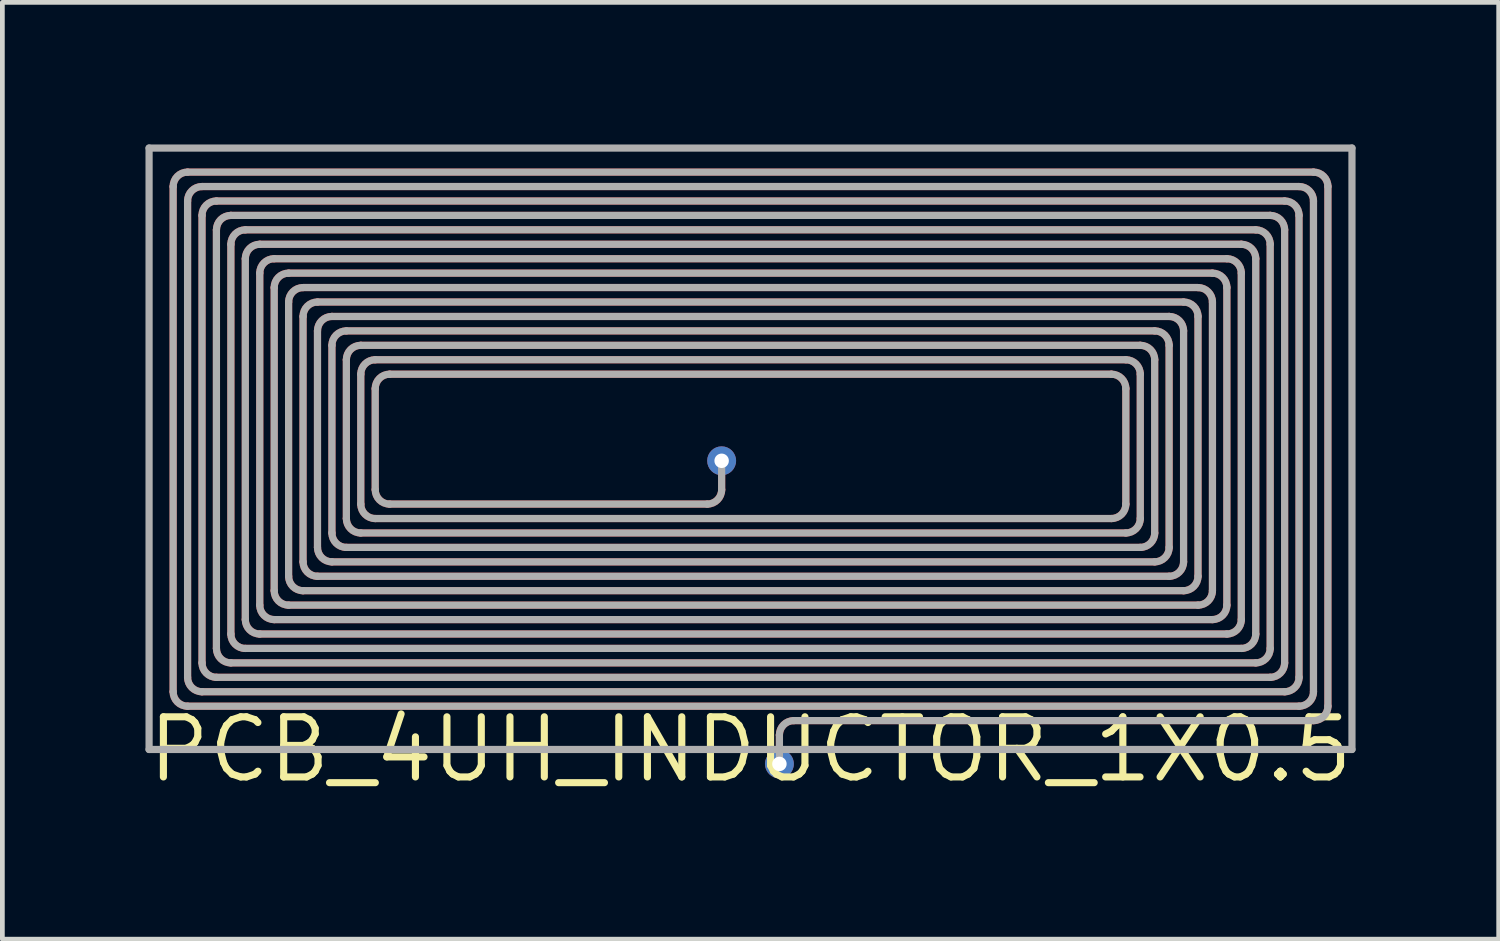
<source format=kicad_pcb>
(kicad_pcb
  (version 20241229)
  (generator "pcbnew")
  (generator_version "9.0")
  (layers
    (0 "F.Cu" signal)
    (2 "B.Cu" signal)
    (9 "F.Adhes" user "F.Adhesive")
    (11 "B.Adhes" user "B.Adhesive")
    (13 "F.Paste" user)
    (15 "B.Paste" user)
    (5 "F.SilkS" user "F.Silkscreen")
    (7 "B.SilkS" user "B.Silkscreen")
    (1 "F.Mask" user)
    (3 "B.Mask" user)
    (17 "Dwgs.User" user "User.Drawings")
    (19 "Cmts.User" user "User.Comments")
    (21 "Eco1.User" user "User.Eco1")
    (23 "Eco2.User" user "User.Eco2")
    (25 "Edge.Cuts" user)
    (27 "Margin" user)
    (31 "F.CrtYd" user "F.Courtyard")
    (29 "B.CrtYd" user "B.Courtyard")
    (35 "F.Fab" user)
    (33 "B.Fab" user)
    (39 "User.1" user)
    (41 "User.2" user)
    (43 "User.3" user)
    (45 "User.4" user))
  (footprint "PCB_4UH_INDUCTOR_1X0.5"
    (layer "F.Cu")
    (at 12.798 12.776)
    (property "Reference" "PCB_4UH_INDUCTOR_1X0.5" (at 0 0 0) (layer "F.SilkS") (effects (font (size 1.27 1.27) (thickness 0.15))))
    (fp_line (start -12.192 -1.219) (end -12.192 -11.887) (stroke (width 0.152) (type solid)) (layer "F.Cu"))
    (fp_line (start -11.887 -12.192) (end 11.887 -12.192) (stroke (width 0.152) (type solid)) (layer "F.Cu"))
    (fp_line (start -11.887 -1.524) (end -11.887 -11.582) (stroke (width 0.152) (type solid)) (layer "F.Cu"))
    (fp_line (start -11.582 -11.887) (end 11.582 -11.887) (stroke (width 0.152) (type solid)) (layer "F.Cu"))
    (fp_line (start -11.582 -11.278) (end -11.582 -1.829) (stroke (width 0.152) (type solid)) (layer "F.Cu"))
    (fp_line (start -11.582 -1.219) (end 11.278 -1.219) (stroke (width 0.152) (type solid)) (layer "F.Cu"))
    (fp_line (start -11.278 -10.973) (end -11.278 -2.134) (stroke (width 0.152) (type solid)) (layer "F.Cu"))
    (fp_line (start -11.278 -1.524) (end 10.973 -1.524) (stroke (width 0.152) (type solid)) (layer "F.Cu"))
    (fp_line (start -10.973 -10.668) (end -10.973 -2.438) (stroke (width 0.152) (type solid)) (layer "F.Cu"))
    (fp_line (start -10.973 -1.829) (end 10.668 -1.829) (stroke (width 0.152) (type solid)) (layer "F.Cu"))
    (fp_line (start -10.668 -10.363) (end -10.668 -2.743) (stroke (width 0.152) (type solid)) (layer "F.Cu"))
    (fp_line (start -10.668 -2.134) (end 10.363 -2.134) (stroke (width 0.152) (type solid)) (layer "F.Cu"))
    (fp_line (start -10.363 -10.058) (end -10.363 -3.048) (stroke (width 0.152) (type solid)) (layer "F.Cu"))
    (fp_line (start -10.363 -2.438) (end 10.058 -2.438) (stroke (width 0.152) (type solid)) (layer "F.Cu"))
    (fp_line (start -10.058 -9.754) (end -10.058 -3.353) (stroke (width 0.152) (type solid)) (layer "F.Cu"))
    (fp_line (start -10.058 -2.743) (end 9.754 -2.743) (stroke (width 0.152) (type solid)) (layer "F.Cu"))
    (fp_line (start -9.754 -9.449) (end -9.754 -3.658) (stroke (width 0.152) (type solid)) (layer "F.Cu"))
    (fp_line (start -9.754 -3.048) (end 9.449 -3.048) (stroke (width 0.152) (type solid)) (layer "F.Cu"))
    (fp_line (start -9.449 -9.144) (end -9.449 -3.962) (stroke (width 0.152) (type solid)) (layer "F.Cu"))
    (fp_line (start -9.449 -3.353) (end 9.144 -3.353) (stroke (width 0.152) (type solid)) (layer "F.Cu"))
    (fp_line (start -9.144 -8.839) (end -9.144 -4.267) (stroke (width 0.152) (type solid)) (layer "F.Cu"))
    (fp_line (start -9.144 -3.658) (end 8.839 -3.658) (stroke (width 0.152) (type solid)) (layer "F.Cu"))
    (fp_line (start -8.839 -8.534) (end -8.839 -4.572) (stroke (width 0.152) (type solid)) (layer "F.Cu"))
    (fp_line (start -8.839 -3.962) (end 8.534 -3.962) (stroke (width 0.152) (type solid)) (layer "F.Cu"))
    (fp_line (start -8.534 -8.23) (end -8.534 -4.877) (stroke (width 0.152) (type solid)) (layer "F.Cu"))
    (fp_line (start -8.534 -4.267) (end 8.23 -4.267) (stroke (width 0.152) (type solid)) (layer "F.Cu"))
    (fp_line (start -8.23 -7.925) (end -8.23 -5.182) (stroke (width 0.152) (type solid)) (layer "F.Cu"))
    (fp_line (start -8.23 -4.572) (end 7.925 -4.572) (stroke (width 0.152) (type solid)) (layer "F.Cu"))
    (fp_line (start -7.925 -7.62) (end -7.925 -5.486) (stroke (width 0.152) (type solid)) (layer "F.Cu"))
    (fp_line (start -7.925 -4.877) (end 7.62 -4.877) (stroke (width 0.152) (type solid)) (layer "F.Cu"))
    (fp_line (start -7.62 -5.182) (end -0.914 -5.182) (stroke (width 0.152) (type solid)) (layer "F.Cu"))
    (fp_line (start -0.61 -5.486) (end -0.61 -6.096) (stroke (width 0.152) (type solid)) (layer "F.Cu"))
    (fp_line (start 0.61 0.305) (end 0.61 -0.305) (stroke (width 0.152) (type solid)) (layer "F.Cu"))
    (fp_line (start 7.62 -7.925) (end -7.62 -7.925) (stroke (width 0.152) (type solid)) (layer "F.Cu"))
    (fp_line (start 7.925 -8.23) (end -7.925 -8.23) (stroke (width 0.152) (type solid)) (layer "F.Cu"))
    (fp_line (start 7.925 -5.182) (end 7.925 -7.62) (stroke (width 0.152) (type solid)) (layer "F.Cu"))
    (fp_line (start 8.23 -8.534) (end -8.23 -8.534) (stroke (width 0.152) (type solid)) (layer "F.Cu"))
    (fp_line (start 8.23 -4.877) (end 8.23 -7.925) (stroke (width 0.152) (type solid)) (layer "F.Cu"))
    (fp_line (start 8.534 -8.839) (end -8.534 -8.839) (stroke (width 0.152) (type solid)) (layer "F.Cu"))
    (fp_line (start 8.534 -4.572) (end 8.534 -8.23) (stroke (width 0.152) (type solid)) (layer "F.Cu"))
    (fp_line (start 8.839 -9.144) (end -8.839 -9.144) (stroke (width 0.152) (type solid)) (layer "F.Cu"))
    (fp_line (start 8.839 -4.267) (end 8.839 -8.534) (stroke (width 0.152) (type solid)) (layer "F.Cu"))
    (fp_line (start 9.144 -9.449) (end -9.144 -9.449) (stroke (width 0.152) (type solid)) (layer "F.Cu"))
    (fp_line (start 9.144 -3.962) (end 9.144 -8.839) (stroke (width 0.152) (type solid)) (layer "F.Cu"))
    (fp_line (start 9.449 -9.754) (end -9.449 -9.754) (stroke (width 0.152) (type solid)) (layer "F.Cu"))
    (fp_line (start 9.449 -3.658) (end 9.449 -9.144) (stroke (width 0.152) (type solid)) (layer "F.Cu"))
    (fp_line (start 9.754 -10.058) (end -9.754 -10.058) (stroke (width 0.152) (type solid)) (layer "F.Cu"))
    (fp_line (start 9.754 -3.353) (end 9.754 -9.449) (stroke (width 0.152) (type solid)) (layer "F.Cu"))
    (fp_line (start 10.058 -10.363) (end -10.058 -10.363) (stroke (width 0.152) (type solid)) (layer "F.Cu"))
    (fp_line (start 10.058 -3.048) (end 10.058 -9.754) (stroke (width 0.152) (type solid)) (layer "F.Cu"))
    (fp_line (start 10.363 -10.668) (end -10.363 -10.668) (stroke (width 0.152) (type solid)) (layer "F.Cu"))
    (fp_line (start 10.363 -2.743) (end 10.363 -10.058) (stroke (width 0.152) (type solid)) (layer "F.Cu"))
    (fp_line (start 10.668 -10.973) (end -10.668 -10.973) (stroke (width 0.152) (type solid)) (layer "F.Cu"))
    (fp_line (start 10.668 -2.438) (end 10.668 -10.363) (stroke (width 0.152) (type solid)) (layer "F.Cu"))
    (fp_line (start 10.973 -11.278) (end -10.973 -11.278) (stroke (width 0.152) (type solid)) (layer "F.Cu"))
    (fp_line (start 10.973 -2.134) (end 10.973 -10.668) (stroke (width 0.152) (type solid)) (layer "F.Cu"))
    (fp_line (start 11.278 -11.582) (end -11.278 -11.582) (stroke (width 0.152) (type solid)) (layer "F.Cu"))
    (fp_line (start 11.278 -1.829) (end 11.278 -10.973) (stroke (width 0.152) (type solid)) (layer "F.Cu"))
    (fp_line (start 11.582 -1.524) (end 11.582 -11.278) (stroke (width 0.152) (type solid)) (layer "F.Cu"))
    (fp_line (start 11.582 -0.914) (end -11.887 -0.914) (stroke (width 0.152) (type solid)) (layer "F.Cu"))
    (fp_line (start 11.887 -11.582) (end 11.887 -1.219) (stroke (width 0.152) (type solid)) (layer "F.Cu"))
    (fp_line (start 11.887 -0.61) (end 0.914 -0.61) (stroke (width 0.152) (type solid)) (layer "F.Cu"))
    (fp_line (start 12.192 -11.887) (end 12.192 -0.914) (stroke (width 0.152) (type solid)) (layer "F.Cu"))
    (fp_arc (start -12.192 -11.8872) (mid -12.102726 -12.102726) (end -11.8872 -12.192) (stroke (width 0.1524) (type solid)) (layer "F.Cu"))
    (fp_arc (start -11.8872 -11.5824) (mid -11.797926 -11.797926) (end -11.5824 -11.8872) (stroke (width 0.1524) (type solid)) (layer "F.Cu"))
    (fp_arc (start -11.8872 -0.9144) (mid -12.102726 -1.003674) (end -12.192 -1.2192) (stroke (width 0.1524) (type solid)) (layer "F.Cu"))
    (fp_arc (start -11.5824 -11.2776) (mid -11.493126 -11.493126) (end -11.2776 -11.5824) (stroke (width 0.1524) (type solid)) (layer "F.Cu"))
    (fp_arc (start -11.5824 -1.2192) (mid -11.797926 -1.308474) (end -11.8872 -1.524) (stroke (width 0.1524) (type solid)) (layer "F.Cu"))
    (fp_arc (start -11.2776 -10.9728) (mid -11.188326 -11.188326) (end -10.9728 -11.2776) (stroke (width 0.1524) (type solid)) (layer "F.Cu"))
    (fp_arc (start -11.2776 -1.524) (mid -11.493126 -1.613274) (end -11.5824 -1.8288) (stroke (width 0.1524) (type solid)) (layer "F.Cu"))
    (fp_arc (start -10.9728 -10.668) (mid -10.883526 -10.883526) (end -10.668 -10.9728) (stroke (width 0.1524) (type solid)) (layer "F.Cu"))
    (fp_arc (start -10.9728 -1.8288) (mid -11.188326 -1.918074) (end -11.2776 -2.1336) (stroke (width 0.1524) (type solid)) (layer "F.Cu"))
    (fp_arc (start -10.668 -10.3632) (mid -10.578726 -10.578726) (end -10.3632 -10.668) (stroke (width 0.1524) (type solid)) (layer "F.Cu"))
    (fp_arc (start -10.668 -2.1336) (mid -10.883526 -2.222874) (end -10.9728 -2.4384) (stroke (width 0.1524) (type solid)) (layer "F.Cu"))
    (fp_arc (start -10.3632 -10.0584) (mid -10.273926 -10.273926) (end -10.0584 -10.3632) (stroke (width 0.1524) (type solid)) (layer "F.Cu"))
    (fp_arc (start -10.3632 -2.4384) (mid -10.578726 -2.527674) (end -10.668 -2.7432) (stroke (width 0.1524) (type solid)) (layer "F.Cu"))
    (fp_arc (start -10.0584 -9.7536) (mid -9.969126 -9.969126) (end -9.7536 -10.0584) (stroke (width 0.1524) (type solid)) (layer "F.Cu"))
    (fp_arc (start -10.0584 -2.7432) (mid -10.273926 -2.832474) (end -10.3632 -3.048) (stroke (width 0.1524) (type solid)) (layer "F.Cu"))
    (fp_arc (start -9.7536 -9.4488) (mid -9.664326 -9.664326) (end -9.4488 -9.7536) (stroke (width 0.1524) (type solid)) (layer "F.Cu"))
    (fp_arc (start -9.7536 -3.048) (mid -9.969126 -3.137274) (end -10.0584 -3.3528) (stroke (width 0.1524) (type solid)) (layer "F.Cu"))
    (fp_arc (start -9.4488 -9.144) (mid -9.359526 -9.359526) (end -9.144 -9.4488) (stroke (width 0.1524) (type solid)) (layer "F.Cu"))
    (fp_arc (start -9.4488 -3.3528) (mid -9.664326 -3.442074) (end -9.7536 -3.6576) (stroke (width 0.1524) (type solid)) (layer "F.Cu"))
    (fp_arc (start -9.144 -8.8392) (mid -9.054726 -9.054726) (end -8.8392 -9.144) (stroke (width 0.1524) (type solid)) (layer "F.Cu"))
    (fp_arc (start -9.144 -3.6576) (mid -9.359526 -3.746874) (end -9.4488 -3.9624) (stroke (width 0.1524) (type solid)) (layer "F.Cu"))
    (fp_arc (start -8.8392 -8.5344) (mid -8.749926 -8.749926) (end -8.5344 -8.8392) (stroke (width 0.1524) (type solid)) (layer "F.Cu"))
    (fp_arc (start -8.8392 -3.9624) (mid -9.054726 -4.051674) (end -9.144 -4.2672) (stroke (width 0.1524) (type solid)) (layer "F.Cu"))
    (fp_arc (start -8.5344 -8.2296) (mid -8.445126 -8.445126) (end -8.2296 -8.5344) (stroke (width 0.1524) (type solid)) (layer "F.Cu"))
    (fp_arc (start -8.5344 -4.2672) (mid -8.749926 -4.356474) (end -8.8392 -4.572) (stroke (width 0.1524) (type solid)) (layer "F.Cu"))
    (fp_arc (start -8.2296 -7.9248) (mid -8.140326 -8.140326) (end -7.9248 -8.2296) (stroke (width 0.1524) (type solid)) (layer "F.Cu"))
    (fp_arc (start -8.2296 -4.572) (mid -8.445126 -4.661274) (end -8.5344 -4.8768) (stroke (width 0.1524) (type solid)) (layer "F.Cu"))
    (fp_arc (start -7.9248 -7.62) (mid -7.835526 -7.835526) (end -7.62 -7.9248) (stroke (width 0.1524) (type solid)) (layer "F.Cu"))
    (fp_arc (start -7.9248 -4.8768) (mid -8.140326 -4.966074) (end -8.2296 -5.1816) (stroke (width 0.1524) (type solid)) (layer "F.Cu"))
    (fp_arc (start -7.62 -5.1816) (mid -7.835526 -5.270874) (end -7.9248 -5.4864) (stroke (width 0.1524) (type solid)) (layer "F.Cu"))
    (fp_arc (start -0.6096 -5.4864) (mid -0.698874 -5.270874) (end -0.9144 -5.1816) (stroke (width 0.1524) (type solid)) (layer "F.Cu"))
    (fp_arc (start 0.6096 -0.3048) (mid 0.698874 -0.520326) (end 0.9144 -0.6096) (stroke (width 0.1524) (type solid)) (layer "F.Cu"))
    (fp_arc (start 7.62 -7.9248) (mid 7.835526 -7.835526) (end 7.9248 -7.62) (stroke (width 0.1524) (type solid)) (layer "F.Cu"))
    (fp_arc (start 7.9248 -8.2296) (mid 8.140326 -8.140326) (end 8.2296 -7.9248) (stroke (width 0.1524) (type solid)) (layer "F.Cu"))
    (fp_arc (start 7.9248 -5.1816) (mid 7.835526 -4.966074) (end 7.62 -4.8768) (stroke (width 0.1524) (type solid)) (layer "F.Cu"))
    (fp_arc (start 8.2296 -8.5344) (mid 8.445126 -8.445126) (end 8.5344 -8.2296) (stroke (width 0.1524) (type solid)) (layer "F.Cu"))
    (fp_arc (start 8.2296 -4.8768) (mid 8.140326 -4.661274) (end 7.9248 -4.572) (stroke (width 0.1524) (type solid)) (layer "F.Cu"))
    (fp_arc (start 8.5344 -8.8392) (mid 8.749926 -8.749926) (end 8.8392 -8.5344) (stroke (width 0.1524) (type solid)) (layer "F.Cu"))
    (fp_arc (start 8.5344 -4.572) (mid 8.445126 -4.356474) (end 8.2296 -4.2672) (stroke (width 0.1524) (type solid)) (layer "F.Cu"))
    (fp_arc (start 8.8392 -9.144) (mid 9.054726 -9.054726) (end 9.144 -8.8392) (stroke (width 0.1524) (type solid)) (layer "F.Cu"))
    (fp_arc (start 8.8392 -4.2672) (mid 8.749926 -4.051674) (end 8.5344 -3.9624) (stroke (width 0.1524) (type solid)) (layer "F.Cu"))
    (fp_arc (start 9.144 -9.4488) (mid 9.359526 -9.359526) (end 9.4488 -9.144) (stroke (width 0.1524) (type solid)) (layer "F.Cu"))
    (fp_arc (start 9.144 -3.9624) (mid 9.054726 -3.746874) (end 8.8392 -3.6576) (stroke (width 0.1524) (type solid)) (layer "F.Cu"))
    (fp_arc (start 9.4488 -9.7536) (mid 9.664326 -9.664326) (end 9.7536 -9.4488) (stroke (width 0.1524) (type solid)) (layer "F.Cu"))
    (fp_arc (start 9.4488 -3.6576) (mid 9.359526 -3.442074) (end 9.144 -3.3528) (stroke (width 0.1524) (type solid)) (layer "F.Cu"))
    (fp_arc (start 9.7536 -10.0584) (mid 9.969126 -9.969126) (end 10.0584 -9.7536) (stroke (width 0.1524) (type solid)) (layer "F.Cu"))
    (fp_arc (start 9.7536 -3.3528) (mid 9.664326 -3.137274) (end 9.4488 -3.048) (stroke (width 0.1524) (type solid)) (layer "F.Cu"))
    (fp_arc (start 10.0584 -10.3632) (mid 10.273926 -10.273926) (end 10.3632 -10.0584) (stroke (width 0.1524) (type solid)) (layer "F.Cu"))
    (fp_arc (start 10.0584 -3.048) (mid 9.969126 -2.832474) (end 9.7536 -2.7432) (stroke (width 0.1524) (type solid)) (layer "F.Cu"))
    (fp_arc (start 10.3632 -10.668) (mid 10.578726 -10.578726) (end 10.668 -10.3632) (stroke (width 0.1524) (type solid)) (layer "F.Cu"))
    (fp_arc (start 10.3632 -2.7432) (mid 10.273926 -2.527674) (end 10.0584 -2.4384) (stroke (width 0.1524) (type solid)) (layer "F.Cu"))
    (fp_arc (start 10.668 -10.9728) (mid 10.883526 -10.883526) (end 10.9728 -10.668) (stroke (width 0.1524) (type solid)) (layer "F.Cu"))
    (fp_arc (start 10.668 -2.4384) (mid 10.578726 -2.222874) (end 10.3632 -2.1336) (stroke (width 0.1524) (type solid)) (layer "F.Cu"))
    (fp_arc (start 10.9728 -11.2776) (mid 11.188326 -11.188326) (end 11.2776 -10.9728) (stroke (width 0.1524) (type solid)) (layer "F.Cu"))
    (fp_arc (start 10.9728 -2.1336) (mid 10.883526 -1.918074) (end 10.668 -1.8288) (stroke (width 0.1524) (type solid)) (layer "F.Cu"))
    (fp_arc (start 11.2776 -11.5824) (mid 11.493126 -11.493126) (end 11.5824 -11.2776) (stroke (width 0.1524) (type solid)) (layer "F.Cu"))
    (fp_arc (start 11.2776 -1.8288) (mid 11.188326 -1.613274) (end 10.9728 -1.524) (stroke (width 0.1524) (type solid)) (layer "F.Cu"))
    (fp_arc (start 11.5824 -11.8872) (mid 11.797926 -11.797926) (end 11.8872 -11.5824) (stroke (width 0.1524) (type solid)) (layer "F.Cu"))
    (fp_arc (start 11.5824 -1.524) (mid 11.493126 -1.308474) (end 11.2776 -1.2192) (stroke (width 0.1524) (type solid)) (layer "F.Cu"))
    (fp_arc (start 11.8872 -12.192) (mid 12.102726 -12.102726) (end 12.192 -11.8872) (stroke (width 0.1524) (type solid)) (layer "F.Cu"))
    (fp_arc (start 11.8872 -1.2192) (mid 11.797926 -1.003674) (end 11.5824 -0.9144) (stroke (width 0.1524) (type solid)) (layer "F.Cu"))
    (fp_arc (start 12.192 -0.9144) (mid 12.102726 -0.698874) (end 11.8872 -0.6096) (stroke (width 0.1524) (type solid)) (layer "F.Cu"))
    (fp_line (start -12.7 -12.7) (end -12.7 0) (stroke (width 0.152) (type solid)) (layer "F.Fab"))
    (fp_line (start -12.7 0) (end 12.7 0) (stroke (width 0.152) (type solid)) (layer "F.Fab"))
    (fp_line (start -12.192 -1.219) (end -12.192 -11.887) (stroke (width 0.152) (type solid)) (layer "F.Fab"))
    (fp_line (start -11.887 -12.192) (end 11.887 -12.192) (stroke (width 0.152) (type solid)) (layer "F.Fab"))
    (fp_line (start -11.887 -1.524) (end -11.887 -11.582) (stroke (width 0.152) (type solid)) (layer "F.Fab"))
    (fp_line (start -11.582 -11.887) (end 11.582 -11.887) (stroke (width 0.152) (type solid)) (layer "F.Fab"))
    (fp_line (start -11.582 -11.278) (end -11.582 -1.829) (stroke (width 0.152) (type solid)) (layer "F.Fab"))
    (fp_line (start -11.582 -1.219) (end 11.278 -1.219) (stroke (width 0.152) (type solid)) (layer "F.Fab"))
    (fp_line (start -11.278 -10.973) (end -11.278 -2.134) (stroke (width 0.152) (type solid)) (layer "F.Fab"))
    (fp_line (start -11.278 -1.524) (end 10.973 -1.524) (stroke (width 0.152) (type solid)) (layer "F.Fab"))
    (fp_line (start -10.973 -10.668) (end -10.973 -2.438) (stroke (width 0.152) (type solid)) (layer "F.Fab"))
    (fp_line (start -10.973 -1.829) (end 10.668 -1.829) (stroke (width 0.152) (type solid)) (layer "F.Fab"))
    (fp_line (start -10.668 -10.363) (end -10.668 -2.743) (stroke (width 0.152) (type solid)) (layer "F.Fab"))
    (fp_line (start -10.668 -2.134) (end 10.363 -2.134) (stroke (width 0.152) (type solid)) (layer "F.Fab"))
    (fp_line (start -10.363 -10.058) (end -10.363 -3.048) (stroke (width 0.152) (type solid)) (layer "F.Fab"))
    (fp_line (start -10.363 -2.438) (end 10.058 -2.438) (stroke (width 0.152) (type solid)) (layer "F.Fab"))
    (fp_line (start -10.058 -9.754) (end -10.058 -3.353) (stroke (width 0.152) (type solid)) (layer "F.Fab"))
    (fp_line (start -10.058 -2.743) (end 9.754 -2.743) (stroke (width 0.152) (type solid)) (layer "F.Fab"))
    (fp_line (start -9.754 -9.449) (end -9.754 -3.658) (stroke (width 0.152) (type solid)) (layer "F.Fab"))
    (fp_line (start -9.754 -3.048) (end 9.449 -3.048) (stroke (width 0.152) (type solid)) (layer "F.Fab"))
    (fp_line (start -9.449 -9.144) (end -9.449 -3.962) (stroke (width 0.152) (type solid)) (layer "F.Fab"))
    (fp_line (start -9.449 -3.353) (end 9.144 -3.353) (stroke (width 0.152) (type solid)) (layer "F.Fab"))
    (fp_line (start -9.144 -8.839) (end -9.144 -4.267) (stroke (width 0.152) (type solid)) (layer "F.Fab"))
    (fp_line (start -9.144 -3.658) (end 8.839 -3.658) (stroke (width 0.152) (type solid)) (layer "F.Fab"))
    (fp_line (start -8.839 -8.534) (end -8.839 -4.572) (stroke (width 0.152) (type solid)) (layer "F.Fab"))
    (fp_line (start -8.839 -3.962) (end 8.534 -3.962) (stroke (width 0.152) (type solid)) (layer "F.Fab"))
    (fp_line (start -8.534 -8.23) (end -8.534 -4.877) (stroke (width 0.152) (type solid)) (layer "F.Fab"))
    (fp_line (start -8.534 -4.267) (end 8.23 -4.267) (stroke (width 0.152) (type solid)) (layer "F.Fab"))
    (fp_line (start -8.23 -7.925) (end -8.23 -5.182) (stroke (width 0.152) (type solid)) (layer "F.Fab"))
    (fp_line (start -8.23 -4.572) (end 7.925 -4.572) (stroke (width 0.152) (type solid)) (layer "F.Fab"))
    (fp_line (start -7.925 -7.62) (end -7.925 -5.486) (stroke (width 0.152) (type solid)) (layer "F.Fab"))
    (fp_line (start -7.925 -4.877) (end 7.62 -4.877) (stroke (width 0.152) (type solid)) (layer "F.Fab"))
    (fp_line (start -7.62 -5.182) (end -0.914 -5.182) (stroke (width 0.152) (type solid)) (layer "F.Fab"))
    (fp_line (start -0.61 -5.486) (end -0.61 -6.096) (stroke (width 0.152) (type solid)) (layer "F.Fab"))
    (fp_line (start 0.61 0.305) (end 0.61 -0.305) (stroke (width 0.152) (type solid)) (layer "F.Fab"))
    (fp_line (start 7.62 -7.925) (end -7.62 -7.925) (stroke (width 0.152) (type solid)) (layer "F.Fab"))
    (fp_line (start 7.925 -8.23) (end -7.925 -8.23) (stroke (width 0.152) (type solid)) (layer "F.Fab"))
    (fp_line (start 7.925 -5.182) (end 7.925 -7.62) (stroke (width 0.152) (type solid)) (layer "F.Fab"))
    (fp_line (start 8.23 -8.534) (end -8.23 -8.534) (stroke (width 0.152) (type solid)) (layer "F.Fab"))
    (fp_line (start 8.23 -4.877) (end 8.23 -7.925) (stroke (width 0.152) (type solid)) (layer "F.Fab"))
    (fp_line (start 8.534 -8.839) (end -8.534 -8.839) (stroke (width 0.152) (type solid)) (layer "F.Fab"))
    (fp_line (start 8.534 -4.572) (end 8.534 -8.23) (stroke (width 0.152) (type solid)) (layer "F.Fab"))
    (fp_line (start 8.839 -9.144) (end -8.839 -9.144) (stroke (width 0.152) (type solid)) (layer "F.Fab"))
    (fp_line (start 8.839 -4.267) (end 8.839 -8.534) (stroke (width 0.152) (type solid)) (layer "F.Fab"))
    (fp_line (start 9.144 -9.449) (end -9.144 -9.449) (stroke (width 0.152) (type solid)) (layer "F.Fab"))
    (fp_line (start 9.144 -3.962) (end 9.144 -8.839) (stroke (width 0.152) (type solid)) (layer "F.Fab"))
    (fp_line (start 9.449 -9.754) (end -9.449 -9.754) (stroke (width 0.152) (type solid)) (layer "F.Fab"))
    (fp_line (start 9.449 -3.658) (end 9.449 -9.144) (stroke (width 0.152) (type solid)) (layer "F.Fab"))
    (fp_line (start 9.754 -10.058) (end -9.754 -10.058) (stroke (width 0.152) (type solid)) (layer "F.Fab"))
    (fp_line (start 9.754 -3.353) (end 9.754 -9.449) (stroke (width 0.152) (type solid)) (layer "F.Fab"))
    (fp_line (start 10.058 -10.363) (end -10.058 -10.363) (stroke (width 0.152) (type solid)) (layer "F.Fab"))
    (fp_line (start 10.058 -3.048) (end 10.058 -9.754) (stroke (width 0.152) (type solid)) (layer "F.Fab"))
    (fp_line (start 10.363 -10.668) (end -10.363 -10.668) (stroke (width 0.152) (type solid)) (layer "F.Fab"))
    (fp_line (start 10.363 -2.743) (end 10.363 -10.058) (stroke (width 0.152) (type solid)) (layer "F.Fab"))
    (fp_line (start 10.668 -10.973) (end -10.668 -10.973) (stroke (width 0.152) (type solid)) (layer "F.Fab"))
    (fp_line (start 10.668 -2.438) (end 10.668 -10.363) (stroke (width 0.152) (type solid)) (layer "F.Fab"))
    (fp_line (start 10.973 -11.278) (end -10.973 -11.278) (stroke (width 0.152) (type solid)) (layer "F.Fab"))
    (fp_line (start 10.973 -2.134) (end 10.973 -10.668) (stroke (width 0.152) (type solid)) (layer "F.Fab"))
    (fp_line (start 11.278 -11.582) (end -11.278 -11.582) (stroke (width 0.152) (type solid)) (layer "F.Fab"))
    (fp_line (start 11.278 -1.829) (end 11.278 -10.973) (stroke (width 0.152) (type solid)) (layer "F.Fab"))
    (fp_line (start 11.582 -1.524) (end 11.582 -11.278) (stroke (width 0.152) (type solid)) (layer "F.Fab"))
    (fp_line (start 11.582 -0.914) (end -11.887 -0.914) (stroke (width 0.152) (type solid)) (layer "F.Fab"))
    (fp_line (start 11.887 -11.582) (end 11.887 -1.219) (stroke (width 0.152) (type solid)) (layer "F.Fab"))
    (fp_line (start 11.887 -0.61) (end 0.914 -0.61) (stroke (width 0.152) (type solid)) (layer "F.Fab"))
    (fp_line (start 12.192 -11.887) (end 12.192 -0.914) (stroke (width 0.152) (type solid)) (layer "F.Fab"))
    (fp_line (start 12.7 -12.7) (end -12.7 -12.7) (stroke (width 0.152) (type solid)) (layer "F.Fab"))
    (fp_line (start 12.7 0) (end 12.7 -12.7) (stroke (width 0.152) (type solid)) (layer "F.Fab"))
    (fp_arc (start -12.192 -11.8872) (mid -12.102726 -12.102726) (end -11.8872 -12.192) (stroke (width 0.1524) (type solid)) (layer "F.Fab"))
    (fp_arc (start -11.8872 -11.5824) (mid -11.797926 -11.797926) (end -11.5824 -11.8872) (stroke (width 0.1524) (type solid)) (layer "F.Fab"))
    (fp_arc (start -11.8872 -0.9144) (mid -12.102726 -1.003674) (end -12.192 -1.2192) (stroke (width 0.1524) (type solid)) (layer "F.Fab"))
    (fp_arc (start -11.5824 -11.2776) (mid -11.493126 -11.493126) (end -11.2776 -11.5824) (stroke (width 0.1524) (type solid)) (layer "F.Fab"))
    (fp_arc (start -11.5824 -1.2192) (mid -11.797926 -1.308474) (end -11.8872 -1.524) (stroke (width 0.1524) (type solid)) (layer "F.Fab"))
    (fp_arc (start -11.2776 -10.9728) (mid -11.188326 -11.188326) (end -10.9728 -11.2776) (stroke (width 0.1524) (type solid)) (layer "F.Fab"))
    (fp_arc (start -11.2776 -1.524) (mid -11.493126 -1.613274) (end -11.5824 -1.8288) (stroke (width 0.1524) (type solid)) (layer "F.Fab"))
    (fp_arc (start -10.9728 -10.668) (mid -10.883526 -10.883526) (end -10.668 -10.9728) (stroke (width 0.1524) (type solid)) (layer "F.Fab"))
    (fp_arc (start -10.9728 -1.8288) (mid -11.188326 -1.918074) (end -11.2776 -2.1336) (stroke (width 0.1524) (type solid)) (layer "F.Fab"))
    (fp_arc (start -10.668 -10.3632) (mid -10.578726 -10.578726) (end -10.3632 -10.668) (stroke (width 0.1524) (type solid)) (layer "F.Fab"))
    (fp_arc (start -10.668 -2.1336) (mid -10.883526 -2.222874) (end -10.9728 -2.4384) (stroke (width 0.1524) (type solid)) (layer "F.Fab"))
    (fp_arc (start -10.3632 -10.0584) (mid -10.273926 -10.273926) (end -10.0584 -10.3632) (stroke (width 0.1524) (type solid)) (layer "F.Fab"))
    (fp_arc (start -10.3632 -2.4384) (mid -10.578726 -2.527674) (end -10.668 -2.7432) (stroke (width 0.1524) (type solid)) (layer "F.Fab"))
    (fp_arc (start -10.0584 -9.7536) (mid -9.969126 -9.969126) (end -9.7536 -10.0584) (stroke (width 0.1524) (type solid)) (layer "F.Fab"))
    (fp_arc (start -10.0584 -2.7432) (mid -10.273926 -2.832474) (end -10.3632 -3.048) (stroke (width 0.1524) (type solid)) (layer "F.Fab"))
    (fp_arc (start -9.7536 -9.4488) (mid -9.664326 -9.664326) (end -9.4488 -9.7536) (stroke (width 0.1524) (type solid)) (layer "F.Fab"))
    (fp_arc (start -9.7536 -3.048) (mid -9.969126 -3.137274) (end -10.0584 -3.3528) (stroke (width 0.1524) (type solid)) (layer "F.Fab"))
    (fp_arc (start -9.4488 -9.144) (mid -9.359526 -9.359526) (end -9.144 -9.4488) (stroke (width 0.1524) (type solid)) (layer "F.Fab"))
    (fp_arc (start -9.4488 -3.3528) (mid -9.664326 -3.442074) (end -9.7536 -3.6576) (stroke (width 0.1524) (type solid)) (layer "F.Fab"))
    (fp_arc (start -9.144 -8.8392) (mid -9.054726 -9.054726) (end -8.8392 -9.144) (stroke (width 0.1524) (type solid)) (layer "F.Fab"))
    (fp_arc (start -9.144 -3.6576) (mid -9.359526 -3.746874) (end -9.4488 -3.9624) (stroke (width 0.1524) (type solid)) (layer "F.Fab"))
    (fp_arc (start -8.8392 -8.5344) (mid -8.749926 -8.749926) (end -8.5344 -8.8392) (stroke (width 0.1524) (type solid)) (layer "F.Fab"))
    (fp_arc (start -8.8392 -3.9624) (mid -9.054726 -4.051674) (end -9.144 -4.2672) (stroke (width 0.1524) (type solid)) (layer "F.Fab"))
    (fp_arc (start -8.5344 -8.2296) (mid -8.445126 -8.445126) (end -8.2296 -8.5344) (stroke (width 0.1524) (type solid)) (layer "F.Fab"))
    (fp_arc (start -8.5344 -4.2672) (mid -8.749926 -4.356474) (end -8.8392 -4.572) (stroke (width 0.1524) (type solid)) (layer "F.Fab"))
    (fp_arc (start -8.2296 -7.9248) (mid -8.140326 -8.140326) (end -7.9248 -8.2296) (stroke (width 0.1524) (type solid)) (layer "F.Fab"))
    (fp_arc (start -8.2296 -4.572) (mid -8.445126 -4.661274) (end -8.5344 -4.8768) (stroke (width 0.1524) (type solid)) (layer "F.Fab"))
    (fp_arc (start -7.9248 -7.62) (mid -7.835526 -7.835526) (end -7.62 -7.9248) (stroke (width 0.1524) (type solid)) (layer "F.Fab"))
    (fp_arc (start -7.9248 -4.8768) (mid -8.140326 -4.966074) (end -8.2296 -5.1816) (stroke (width 0.1524) (type solid)) (layer "F.Fab"))
    (fp_arc (start -7.62 -5.1816) (mid -7.835526 -5.270874) (end -7.9248 -5.4864) (stroke (width 0.1524) (type solid)) (layer "F.Fab"))
    (fp_arc (start -0.6096 -5.4864) (mid -0.698874 -5.270874) (end -0.9144 -5.1816) (stroke (width 0.1524) (type solid)) (layer "F.Fab"))
    (fp_arc (start 0.6096 -0.3048) (mid 0.698874 -0.520326) (end 0.9144 -0.6096) (stroke (width 0.1524) (type solid)) (layer "F.Fab"))
    (fp_arc (start 7.62 -7.9248) (mid 7.835526 -7.835526) (end 7.9248 -7.62) (stroke (width 0.1524) (type solid)) (layer "F.Fab"))
    (fp_arc (start 7.9248 -8.2296) (mid 8.140326 -8.140326) (end 8.2296 -7.9248) (stroke (width 0.1524) (type solid)) (layer "F.Fab"))
    (fp_arc (start 7.9248 -5.1816) (mid 7.835526 -4.966074) (end 7.62 -4.8768) (stroke (width 0.1524) (type solid)) (layer "F.Fab"))
    (fp_arc (start 8.2296 -8.5344) (mid 8.445126 -8.445126) (end 8.5344 -8.2296) (stroke (width 0.1524) (type solid)) (layer "F.Fab"))
    (fp_arc (start 8.2296 -4.8768) (mid 8.140326 -4.661274) (end 7.9248 -4.572) (stroke (width 0.1524) (type solid)) (layer "F.Fab"))
    (fp_arc (start 8.5344 -8.8392) (mid 8.749926 -8.749926) (end 8.8392 -8.5344) (stroke (width 0.1524) (type solid)) (layer "F.Fab"))
    (fp_arc (start 8.5344 -4.572) (mid 8.445126 -4.356474) (end 8.2296 -4.2672) (stroke (width 0.1524) (type solid)) (layer "F.Fab"))
    (fp_arc (start 8.8392 -9.144) (mid 9.054726 -9.054726) (end 9.144 -8.8392) (stroke (width 0.1524) (type solid)) (layer "F.Fab"))
    (fp_arc (start 8.8392 -4.2672) (mid 8.749926 -4.051674) (end 8.5344 -3.9624) (stroke (width 0.1524) (type solid)) (layer "F.Fab"))
    (fp_arc (start 9.144 -9.4488) (mid 9.359526 -9.359526) (end 9.4488 -9.144) (stroke (width 0.1524) (type solid)) (layer "F.Fab"))
    (fp_arc (start 9.144 -3.9624) (mid 9.054726 -3.746874) (end 8.8392 -3.6576) (stroke (width 0.1524) (type solid)) (layer "F.Fab"))
    (fp_arc (start 9.4488 -9.7536) (mid 9.664326 -9.664326) (end 9.7536 -9.4488) (stroke (width 0.1524) (type solid)) (layer "F.Fab"))
    (fp_arc (start 9.4488 -3.6576) (mid 9.359526 -3.442074) (end 9.144 -3.3528) (stroke (width 0.1524) (type solid)) (layer "F.Fab"))
    (fp_arc (start 9.7536 -10.0584) (mid 9.969126 -9.969126) (end 10.0584 -9.7536) (stroke (width 0.1524) (type solid)) (layer "F.Fab"))
    (fp_arc (start 9.7536 -3.3528) (mid 9.664326 -3.137274) (end 9.4488 -3.048) (stroke (width 0.1524) (type solid)) (layer "F.Fab"))
    (fp_arc (start 10.0584 -10.3632) (mid 10.273926 -10.273926) (end 10.3632 -10.0584) (stroke (width 0.1524) (type solid)) (layer "F.Fab"))
    (fp_arc (start 10.0584 -3.048) (mid 9.969126 -2.832474) (end 9.7536 -2.7432) (stroke (width 0.1524) (type solid)) (layer "F.Fab"))
    (fp_arc (start 10.3632 -10.668) (mid 10.578726 -10.578726) (end 10.668 -10.3632) (stroke (width 0.1524) (type solid)) (layer "F.Fab"))
    (fp_arc (start 10.3632 -2.7432) (mid 10.273926 -2.527674) (end 10.0584 -2.4384) (stroke (width 0.1524) (type solid)) (layer "F.Fab"))
    (fp_arc (start 10.668 -10.9728) (mid 10.883526 -10.883526) (end 10.9728 -10.668) (stroke (width 0.1524) (type solid)) (layer "F.Fab"))
    (fp_arc (start 10.668 -2.4384) (mid 10.578726 -2.222874) (end 10.3632 -2.1336) (stroke (width 0.1524) (type solid)) (layer "F.Fab"))
    (fp_arc (start 10.9728 -11.2776) (mid 11.188326 -11.188326) (end 11.2776 -10.9728) (stroke (width 0.1524) (type solid)) (layer "F.Fab"))
    (fp_arc (start 10.9728 -2.1336) (mid 10.883526 -1.918074) (end 10.668 -1.8288) (stroke (width 0.1524) (type solid)) (layer "F.Fab"))
    (fp_arc (start 11.2776 -11.5824) (mid 11.493126 -11.493126) (end 11.5824 -11.2776) (stroke (width 0.1524) (type solid)) (layer "F.Fab"))
    (fp_arc (start 11.2776 -1.8288) (mid 11.188326 -1.613274) (end 10.9728 -1.524) (stroke (width 0.1524) (type solid)) (layer "F.Fab"))
    (fp_arc (start 11.5824 -11.8872) (mid 11.797926 -11.797926) (end 11.8872 -11.5824) (stroke (width 0.1524) (type solid)) (layer "F.Fab"))
    (fp_arc (start 11.5824 -1.524) (mid 11.493126 -1.308474) (end 11.2776 -1.2192) (stroke (width 0.1524) (type solid)) (layer "F.Fab"))
    (fp_arc (start 11.8872 -12.192) (mid 12.102726 -12.102726) (end 12.192 -11.8872) (stroke (width 0.1524) (type solid)) (layer "F.Fab"))
    (fp_arc (start 11.8872 -1.2192) (mid 11.797926 -1.003674) (end 11.5824 -0.9144) (stroke (width 0.1524) (type solid)) (layer "F.Fab"))
    (fp_arc (start 12.192 -0.9144) (mid 12.102726 -0.698874) (end 11.8872 -0.6096) (stroke (width 0.1524) (type solid)) (layer "F.Fab"))
    (pad "IN1" thru_hole circle (at -0.61 -6.096) (size 0.61 0.61) (drill 0.305) (layers "*.Cu"))
    (pad "IN2" thru_hole circle (at 0.61 0.305) (size 0.61 0.61) (drill 0.305) (layers "*.Cu")))
  (gr_rect
    (start -3 -3)
    (end 28.596 16.782)
    (stroke (width 0.1) (type default))
    (fill no)
    (layer "Edge.Cuts")))
</source>
